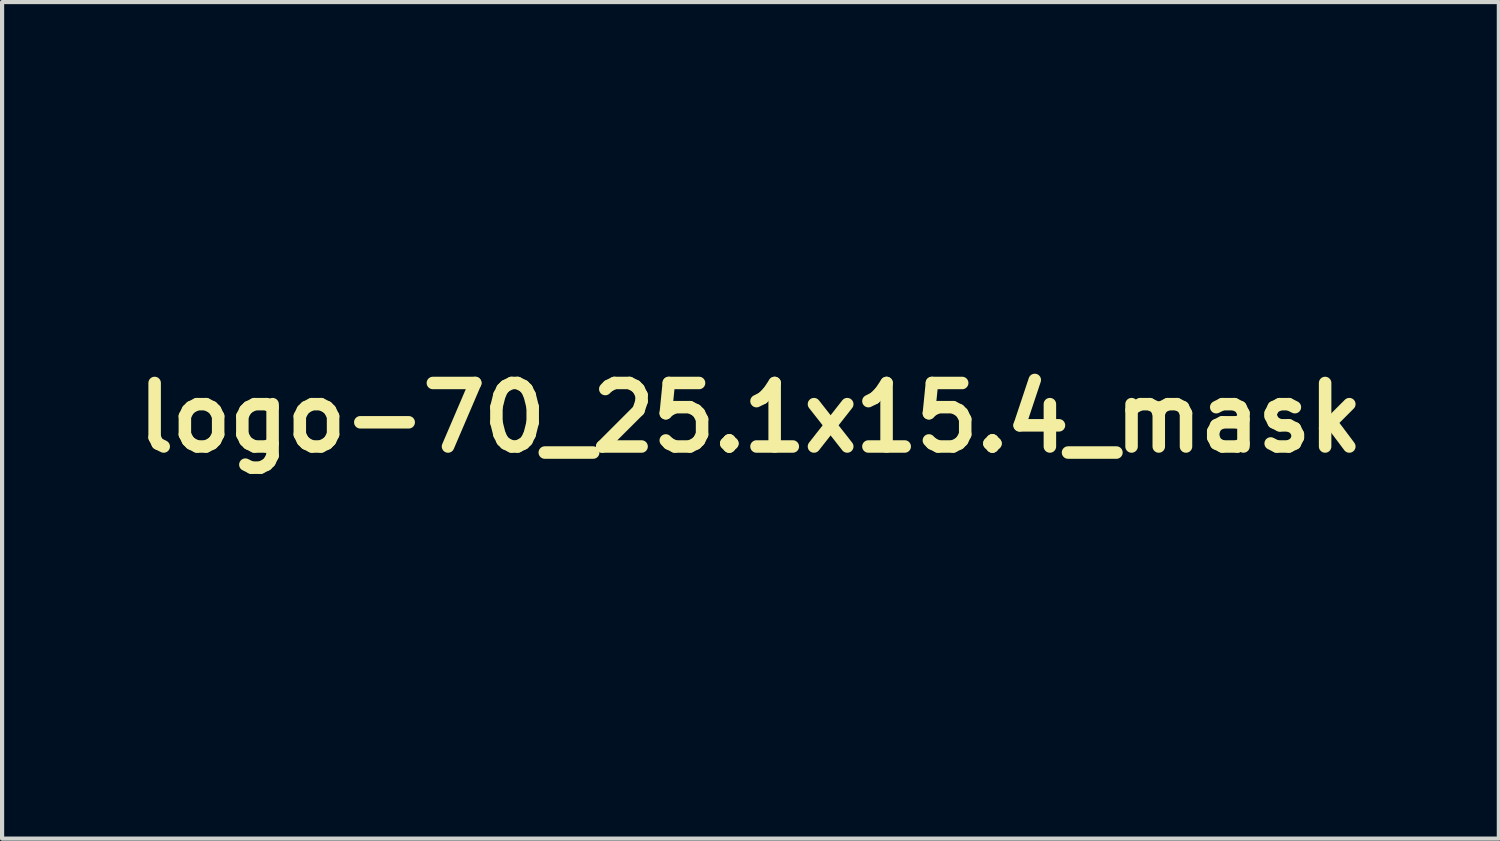
<source format=kicad_pcb>
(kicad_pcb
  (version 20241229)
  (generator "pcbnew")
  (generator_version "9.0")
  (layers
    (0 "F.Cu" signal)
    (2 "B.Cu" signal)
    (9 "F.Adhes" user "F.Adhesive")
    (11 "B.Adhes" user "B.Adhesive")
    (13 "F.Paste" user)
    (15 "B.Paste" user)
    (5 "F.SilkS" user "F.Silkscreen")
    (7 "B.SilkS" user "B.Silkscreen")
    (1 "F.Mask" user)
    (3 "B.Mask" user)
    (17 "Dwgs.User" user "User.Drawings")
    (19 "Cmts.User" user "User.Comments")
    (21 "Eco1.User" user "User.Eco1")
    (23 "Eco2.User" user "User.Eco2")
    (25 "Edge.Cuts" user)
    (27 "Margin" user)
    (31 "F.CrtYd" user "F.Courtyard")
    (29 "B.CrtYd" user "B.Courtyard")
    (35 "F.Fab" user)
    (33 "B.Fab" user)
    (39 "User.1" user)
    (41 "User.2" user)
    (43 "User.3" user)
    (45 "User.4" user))
  (footprint "logo-70_25.1x15.4_mask"
    (layer "F.Cu")
    (at 14.957 6.974)
    (property "Reference" "logo-70_25.1x15.4_mask" (at 0 0 0) (layer "F.SilkS") (effects (font (size 1.524 1.524) (thickness 0.3))))
    (attr through_hole)
    (fp_poly (pts (xy 4.534 2.514) (xy 4.55 2.635) (xy 4.539 2.802) (xy 4.51 2.966) (xy 4.469 3.083) (xy 4.437 3.111) (xy 4.405 3.054) (xy 4.385 2.909) (xy 4.381 2.798) (xy 4.395 2.593) (xy 4.431 2.467) (xy 4.48 2.436) (xy 4.534 2.514)) (stroke (width 0.01) (type solid)) (fill yes) (layer "F.Mask"))
    (fp_poly (pts (xy 3.541 2.785) (xy 3.556 2.881) (xy 3.536 3.011) (xy 3.488 3.181) (xy 3.426 3.346) (xy 3.367 3.463) (xy 3.335 3.493) (xy 3.318 3.436) (xy 3.312 3.297) (xy 3.313 3.254) (xy 3.339 3.015) (xy 3.392 2.833) (xy 3.464 2.738) (xy 3.491 2.731) (xy 3.541 2.785)) (stroke (width 0.01) (type solid)) (fill yes) (layer "F.Mask"))
    (fp_poly (pts (xy 2.4 2.902) (xy 2.412 2.969) (xy 2.388 3.086) (xy 2.329 3.249) (xy 2.252 3.42) (xy 2.173 3.565) (xy 2.11 3.648) (xy 2.086 3.653) (xy 2.08 3.575) (xy 2.103 3.421) (xy 2.145 3.233) (xy 2.197 3.055) (xy 2.248 2.931) (xy 2.251 2.927) (xy 2.334 2.86) (xy 2.4 2.902)) (stroke (width 0.01) (type solid)) (fill yes) (layer "F.Mask"))
    (fp_poly (pts (xy -0.225 2.557) (xy -0.239 2.628) (xy -0.298 2.737) (xy -0.397 2.871) (xy -0.541 3.025) (xy -0.703 3.175) (xy -0.857 3.3) (xy -0.978 3.375) (xy -1.038 3.381) (xy -1.024 3.296) (xy -0.937 3.155) (xy -0.802 2.985) (xy -0.643 2.812) (xy -0.483 2.663) (xy -0.348 2.564) (xy -0.278 2.54) (xy -0.225 2.557)) (stroke (width 0.01) (type solid)) (fill yes) (layer "F.Mask"))
    (fp_poly (pts (xy 1.137 2.864) (xy 1.143 2.886) (xy 1.112 3) (xy 1.031 3.156) (xy 0.922 3.328) (xy 0.805 3.485) (xy 0.7 3.599) (xy 0.627 3.642) (xy 0.612 3.633) (xy 0.619 3.548) (xy 0.678 3.39) (xy 0.773 3.197) (xy 0.886 3.004) (xy 0.889 3) (xy 0.979 2.906) (xy 1.076 2.854) (xy 1.137 2.864)) (stroke (width 0.01) (type solid)) (fill yes) (layer "F.Mask"))
    (fp_poly (pts (xy -1.716 2.009) (xy -1.761 2.095) (xy -1.866 2.226) (xy -1.997 2.362) (xy -2.118 2.466) (xy -2.182 2.5) (xy -2.28 2.542) (xy -2.426 2.632) (xy -2.457 2.653) (xy -2.62 2.76) (xy -2.705 2.79) (xy -2.73 2.748) (xy -2.731 2.745) (xy -2.687 2.675) (xy -2.575 2.55) (xy -2.424 2.399) (xy -2.262 2.249) (xy -2.119 2.127) (xy -2.024 2.061) (xy -2.011 2.057) (xy -1.89 2.023) (xy -1.826 2) (xy -1.736 1.986) (xy -1.716 2.009)) (stroke (width 0.01) (type solid)) (fill yes) (layer "F.Mask"))
    (fp_poly (pts (xy -6.35 -1.989) (xy -6.295 -1.956) (xy -6.16 -1.953) (xy -6.135 -1.956) (xy -5.952 -1.956) (xy -5.883 -1.913) (xy -5.929 -1.848) (xy -6.095 -1.781) (xy -6.11 -1.777) (xy -6.31 -1.724) (xy -6.475 -1.677) (xy -6.509 -1.667) (xy -6.633 -1.645) (xy -6.824 -1.631) (xy -7.05 -1.624) (xy -7.281 -1.625) (xy -7.484 -1.633) (xy -7.631 -1.647) (xy -7.688 -1.668) (xy -7.685 -1.674) (xy -7.595 -1.717) (xy -7.393 -1.782) (xy -7.093 -1.865) (xy -6.709 -1.961) (xy -6.493 -2.013) (xy -6.383 -2.018) (xy -6.35 -1.989)) (stroke (width 0.01) (type solid)) (fill yes) (layer "F.Mask"))
    (fp_poly (pts (xy -3.209 1.055) (xy -3.175 1.082) (xy -3.223 1.153) (xy -3.34 1.247) (xy -3.349 1.253) (xy -3.512 1.371) (xy -3.637 1.479) (xy -3.742 1.552) (xy -3.807 1.558) (xy -3.892 1.561) (xy -4.05 1.608) (xy -4.159 1.651) (xy -4.364 1.736) (xy -4.471 1.77) (xy -4.494 1.754) (xy -4.45 1.689) (xy -4.442 1.679) (xy -4.341 1.591) (xy -4.174 1.478) (xy -4.069 1.415) (xy -3.891 1.307) (xy -3.756 1.212) (xy -3.715 1.175) (xy -3.623 1.12) (xy -3.478 1.077) (xy -3.325 1.052) (xy -3.209 1.055)) (stroke (width 0.01) (type solid)) (fill yes) (layer "F.Mask"))
    (fp_poly (pts (xy -4.662 -0.241) (xy -4.559 -0.23) (xy -4.546 -0.203) (xy -4.6 -0.155) (xy -4.726 -0.083) (xy -4.798 -0.064) (xy -4.898 -0.027) (xy -5.024 0.054) (xy -5.176 0.129) (xy -5.395 0.188) (xy -5.524 0.208) (xy -5.738 0.235) (xy -5.909 0.265) (xy -5.972 0.282) (xy -6.082 0.293) (xy -6.116 0.276) (xy -6.089 0.23) (xy -5.98 0.154) (xy -5.827 0.068) (xy -5.665 -0.008) (xy -5.53 -0.056) (xy -5.485 -0.063) (xy -5.386 -0.107) (xy -5.341 -0.15) (xy -5.227 -0.205) (xy -5.005 -0.236) (xy -4.873 -0.241) (xy -4.662 -0.241)) (stroke (width 0.01) (type solid)) (fill yes) (layer "F.Mask"))
    (fp_poly (pts (xy -7.595 -4.207) (xy -7.527 -4.175) (xy -7.525 -4.172) (xy -7.421 -4.099) (xy -7.382 -4.089) (xy -7.253 -4.079) (xy -7.176 -4.074) (xy -7.072 -4.041) (xy -7.048 -4.006) (xy -7.108 -3.95) (xy -7.273 -3.902) (xy -7.521 -3.867) (xy -7.604 -3.86) (xy -7.745 -3.837) (xy -7.81 -3.8) (xy -7.811 -3.796) (xy -7.857 -3.75) (xy -7.971 -3.767) (xy -8.098 -3.833) (xy -8.224 -3.884) (xy -8.43 -3.933) (xy -8.659 -3.966) (xy -8.877 -3.997) (xy -9.01 -4.033) (xy -9.038 -4.068) (xy -9.038 -4.069) (xy -8.955 -4.097) (xy -8.774 -4.13) (xy -8.523 -4.163) (xy -8.285 -4.187) (xy -7.954 -4.212) (xy -7.731 -4.219) (xy -7.595 -4.207)) (stroke (width 0.01) (type solid)) (fill yes) (layer "F.Mask"))
    (fp_poly (pts (xy -9.748 -6.967) (xy -9.493 -6.95) (xy -9.19 -6.927) (xy -8.905 -6.905) (xy -8.681 -6.888) (xy -8.604 -6.883) (xy -8.431 -6.872) (xy -8.317 -6.863) (xy -8.303 -6.862) (xy -8.26 -6.806) (xy -8.255 -6.765) (xy -8.2 -6.686) (xy -8.065 -6.622) (xy -8.053 -6.619) (xy -7.907 -6.564) (xy -7.83 -6.502) (xy -7.828 -6.499) (xy -7.877 -6.473) (xy -8.021 -6.454) (xy -8.229 -6.441) (xy -8.47 -6.435) (xy -8.711 -6.439) (xy -8.922 -6.451) (xy -9.033 -6.466) (xy -9.127 -6.523) (xy -9.144 -6.57) (xy -9.203 -6.63) (xy -9.364 -6.702) (xy -9.573 -6.766) (xy -9.858 -6.847) (xy -10.018 -6.908) (xy -10.053 -6.949) (xy -9.963 -6.969) (xy -9.748 -6.967)) (stroke (width 0.01) (type solid)) (fill yes) (layer "F.Mask"))
    (fp_poly (pts (xy 4.951 0.382) (xy 4.978 0.466) (xy 4.974 0.482) (xy 4.976 0.545) (xy 5.041 0.534) (xy 5.114 0.533) (xy 5.142 0.624) (xy 5.144 0.685) (xy 5.118 0.83) (xy 5.058 0.908) (xy 4.976 0.984) (xy 4.877 1.131) (xy 4.786 1.305) (xy 4.726 1.46) (xy 4.718 1.549) (xy 4.715 1.644) (xy 4.672 1.784) (xy 4.609 1.927) (xy 4.544 2.032) (xy 4.494 2.06) (xy 4.492 2.058) (xy 4.45 1.942) (xy 4.448 1.748) (xy 4.483 1.517) (xy 4.55 1.291) (xy 4.574 1.234) (xy 4.658 1.006) (xy 4.715 0.773) (xy 4.723 0.707) (xy 4.747 0.53) (xy 4.78 0.406) (xy 4.787 0.393) (xy 4.867 0.347) (xy 4.951 0.382)) (stroke (width 0.01) (type solid)) (fill yes) (layer "F.Mask"))
    (fp_poly (pts (xy 4.369 0.626) (xy 4.387 0.746) (xy 4.399 0.846) (xy 4.423 0.843) (xy 4.424 0.841) (xy 4.484 0.763) (xy 4.541 0.794) (xy 4.571 0.919) (xy 4.572 0.953) (xy 4.545 1.101) (xy 4.482 1.143) (xy 4.395 1.19) (xy 4.272 1.308) (xy 4.143 1.458) (xy 4.043 1.603) (xy 4.001 1.706) (xy 4 1.708) (xy 3.954 1.775) (xy 3.933 1.778) (xy 3.895 1.817) (xy 3.905 1.841) (xy 3.898 1.929) (xy 3.837 2.079) (xy 3.789 2.165) (xy 3.682 2.317) (xy 3.608 2.365) (xy 3.589 2.351) (xy 3.564 2.203) (xy 3.61 1.978) (xy 3.721 1.699) (xy 3.879 1.405) (xy 4 1.187) (xy 4.088 0.995) (xy 4.111 0.921) (xy 4.255 0.921) (xy 4.286 0.953) (xy 4.318 0.921) (xy 4.286 0.889) (xy 4.255 0.921) (xy 4.111 0.921) (xy 4.127 0.867) (xy 4.128 0.858) (xy 4.166 0.709) (xy 4.257 0.598) (xy 4.331 0.572) (xy 4.369 0.626)) (stroke (width 0.01) (type solid)) (fill yes) (layer "F.Mask"))
    (fp_poly (pts (xy 3.137 0.655) (xy 3.137 0.707) (xy 3.059 0.813) (xy 2.985 0.889) (xy 2.762 1.1) (xy 2.964 1.06) (xy 3.101 1.04) (xy 3.139 1.074) (xy 3.107 1.191) (xy 3.101 1.209) (xy 3.034 1.343) (xy 2.964 1.404) (xy 2.962 1.404) (xy 2.827 1.424) (xy 2.71 1.463) (xy 2.549 1.543) (xy 2.54 1.548) (xy 2.346 1.669) (xy 2.166 1.811) (xy 2.029 1.948) (xy 1.968 2.052) (xy 1.967 2.06) (xy 1.919 2.127) (xy 1.804 2.233) (xy 1.659 2.346) (xy 1.523 2.438) (xy 1.436 2.476) (xy 1.434 2.477) (xy 1.403 2.424) (xy 1.397 2.367) (xy 1.43 2.261) (xy 1.513 2.103) (xy 1.622 1.927) (xy 1.735 1.771) (xy 1.827 1.67) (xy 1.863 1.651) (xy 1.951 1.609) (xy 2.096 1.499) (xy 2.268 1.349) (xy 2.44 1.185) (xy 2.582 1.033) (xy 2.666 0.921) (xy 2.673 0.906) (xy 2.77 0.781) (xy 2.927 0.684) (xy 3.086 0.647) (xy 3.137 0.655)) (stroke (width 0.01) (type solid)) (fill yes) (layer "F.Mask"))
    (fp_poly (pts (xy 3.781 0.659) (xy 3.849 0.699) (xy 3.82 0.76) (xy 3.783 0.798) (xy 3.702 0.921) (xy 3.683 0.997) (xy 3.7 1.06) (xy 3.769 1.024) (xy 3.78 1.015) (xy 3.874 0.964) (xy 3.913 0.97) (xy 3.918 1.052) (xy 3.864 1.175) (xy 3.782 1.29) (xy 3.701 1.347) (xy 3.685 1.346) (xy 3.61 1.381) (xy 3.482 1.483) (xy 3.329 1.626) (xy 3.18 1.78) (xy 3.062 1.918) (xy 3.005 2.011) (xy 3.004 2.027) (xy 2.974 2.095) (xy 2.884 2.224) (xy 2.812 2.315) (xy 2.689 2.456) (xy 2.617 2.505) (xy 2.575 2.474) (xy 2.566 2.453) (xy 2.566 2.297) (xy 2.646 2.082) (xy 2.792 1.832) (xy 2.992 1.574) (xy 3.065 1.494) (xy 3.226 1.306) (xy 3.349 1.127) (xy 3.356 1.111) (xy 3.493 1.111) (xy 3.524 1.143) (xy 3.556 1.111) (xy 3.524 1.079) (xy 3.493 1.111) (xy 3.356 1.111) (xy 3.406 1.003) (xy 3.482 0.824) (xy 3.604 0.696) (xy 3.738 0.65) (xy 3.781 0.659)) (stroke (width 0.01) (type solid)) (fill yes) (layer "F.Mask"))
    (fp_poly (pts (xy 2.275 0.543) (xy 2.274 0.63) (xy 2.192 0.742) (xy 2.083 0.824) (xy 1.96 0.909) (xy 1.941 0.961) (xy 1.983 0.986) (xy 2.118 0.99) (xy 2.213 0.957) (xy 2.338 0.899) (xy 2.374 0.919) (xy 2.333 1.029) (xy 2.306 1.084) (xy 2.189 1.243) (xy 2.045 1.339) (xy 1.912 1.351) (xy 1.871 1.33) (xy 1.787 1.332) (xy 1.627 1.383) (xy 1.425 1.469) (xy 1.214 1.572) (xy 1.027 1.678) (xy 0.897 1.769) (xy 0.857 1.823) (xy 0.806 1.884) (xy 0.677 1.976) (xy 0.51 2.077) (xy 0.341 2.165) (xy 0.21 2.216) (xy 0.175 2.222) (xy 0.134 2.17) (xy 0.127 2.109) (xy 0.18 1.98) (xy 0.323 1.811) (xy 0.395 1.746) (xy 0.572 1.746) (xy 0.603 1.778) (xy 0.635 1.746) (xy 0.603 1.714) (xy 0.572 1.746) (xy 0.395 1.746) (xy 0.535 1.621) (xy 0.793 1.43) (xy 1.075 1.256) (xy 1.227 1.177) (xy 1.537 1.01) (xy 1.724 0.869) (xy 1.779 0.79) (xy 1.904 0.621) (xy 2.094 0.52) (xy 2.187 0.508) (xy 2.275 0.543)) (stroke (width 0.01) (type solid)) (fill yes) (layer "F.Mask"))
    (fp_poly (pts (xy 1.463 0.233) (xy 1.479 0.297) (xy 1.404 0.388) (xy 1.3 0.476) (xy 1.245 0.508) (xy 1.171 0.529) (xy 1.036 0.579) (xy 0.857 0.651) (xy 1.038 0.703) (xy 1.226 0.722) (xy 1.371 0.696) (xy 1.493 0.673) (xy 1.519 0.723) (xy 1.448 0.835) (xy 1.399 0.887) (xy 1.264 0.986) (xy 1.109 1.052) (xy 0.976 1.072) (xy 0.906 1.035) (xy 0.906 1.035) (xy 0.835 1.006) (xy 0.679 1.018) (xy 0.468 1.06) (xy 0.234 1.124) (xy 0.008 1.201) (xy -0.178 1.283) (xy -0.293 1.359) (xy -0.309 1.38) (xy -0.397 1.451) (xy -0.567 1.534) (xy -0.738 1.596) (xy -0.98 1.669) (xy -1.123 1.703) (xy -1.188 1.699) (xy -1.195 1.656) (xy -1.182 1.614) (xy -1.148 1.502) (xy -1.143 1.469) (xy -1.094 1.405) (xy -0.972 1.299) (xy -0.891 1.238) (xy -0.635 1.238) (xy -0.603 1.27) (xy -0.572 1.238) (xy -0.603 1.206) (xy -0.635 1.238) (xy -0.891 1.238) (xy -0.809 1.176) (xy -0.64 1.061) (xy -0.499 0.979) (xy -0.427 0.953) (xy -0.283 0.926) (xy -0.064 0.855) (xy 0.195 0.755) (xy 0.457 0.643) (xy 0.685 0.532) (xy 0.843 0.438) (xy 0.878 0.409) (xy 1.013 0.3) (xy 1.13 0.245) (xy 1.136 0.244) (xy 1.29 0.229) (xy 1.333 0.224) (xy 1.463 0.233)) (stroke (width 0.01) (type solid)) (fill yes) (layer "F.Mask"))
    (fp_poly (pts (xy 0.483 -0.241) (xy 0.498 -0.235) (xy 0.617 -0.173) (xy 0.63 -0.116) (xy 0.598 -0.079) (xy 0.427 0.01) (xy 0.161 0.056) (xy 0.103 0.059) (xy 0.02 0.083) (xy 0.031 0.134) (xy 0.113 0.192) (xy 0.239 0.24) (xy 0.373 0.259) (xy 0.501 0.269) (xy 0.535 0.289) (xy 0.524 0.296) (xy 0.45 0.38) (xy 0.445 0.414) (xy 0.389 0.501) (xy 0.22 0.566) (xy -0.008 0.606) (xy -0.141 0.61) (xy -0.175 0.568) (xy -0.166 0.537) (xy -0.165 0.486) (xy -0.229 0.464) (xy -0.38 0.465) (xy -0.526 0.476) (xy -0.92 0.511) (xy -1.204 0.54) (xy -1.396 0.568) (xy -1.512 0.596) (xy -1.571 0.627) (xy -1.587 0.667) (xy -1.587 0.67) (xy -1.606 0.726) (xy -1.677 0.768) (xy -1.821 0.804) (xy -2.061 0.838) (xy -2.211 0.856) (xy -2.406 0.875) (xy -2.504 0.867) (xy -2.534 0.824) (xy -2.529 0.749) (xy -2.455 0.623) (xy -2.291 0.493) (xy -1.877 0.493) (xy -1.815 0.503) (xy -1.733 0.491) (xy -1.732 0.47) (xy -1.817 0.454) (xy -1.853 0.465) (xy -1.877 0.493) (xy -2.291 0.493) (xy -2.285 0.488) (xy -2.05 0.359) (xy -1.776 0.25) (xy -1.495 0.176) (xy -1.356 0.156) (xy -1.13 0.134) (xy -0.94 0.113) (xy -0.857 0.102) (xy -0.747 0.085) (xy -0.169 0.085) (xy -0.161 0.122) (xy -0.127 0.127) (xy -0.075 0.104) (xy -0.085 0.085) (xy -0.16 0.077) (xy -0.169 0.085) (xy -0.747 0.085) (xy -0.532 0.05) (xy -0.312 0.009) (xy -0.175 -0.027) (xy -0.102 -0.063) (xy -0.078 -0.088) (xy 0.067 -0.212) (xy 0.273 -0.268) (xy 0.483 -0.241)) (stroke (width 0.01) (type solid)) (fill yes) (layer "F.Mask"))
    (fp_poly (pts (xy -0.552 -0.995) (xy -0.385 -0.95) (xy -0.226 -0.891) (xy -0.113 -0.831) (xy -0.083 -0.785) (xy -0.085 -0.783) (xy -0.183 -0.75) (xy -0.398 -0.725) (xy -0.72 -0.708) (xy -0.824 -0.705) (xy -1.109 -0.699) (xy -0.868 -0.535) (xy -0.706 -0.442) (xy -0.579 -0.4) (xy -0.546 -0.402) (xy -0.425 -0.399) (xy -0.375 -0.376) (xy -0.335 -0.333) (xy -0.411 -0.319) (xy -0.432 -0.318) (xy -0.531 -0.297) (xy -0.542 -0.258) (xy -0.556 -0.19) (xy -0.661 -0.134) (xy -0.825 -0.102) (xy -1.013 -0.103) (xy -1.068 -0.111) (xy -1.175 -0.161) (xy -1.185 -0.22) (xy -1.189 -0.258) (xy -1.246 -0.291) (xy -1.37 -0.32) (xy -1.574 -0.349) (xy -1.875 -0.379) (xy -2.287 -0.414) (xy -2.325 -0.418) (xy -2.568 -0.432) (xy -2.714 -0.426) (xy -2.789 -0.394) (xy -2.815 -0.354) (xy -2.862 -0.302) (xy -2.968 -0.271) (xy -3.159 -0.257) (xy -3.364 -0.254) (xy -3.618 -0.257) (xy -3.771 -0.27) (xy -3.847 -0.298) (xy -3.872 -0.348) (xy -3.873 -0.373) (xy -3.827 -0.515) (xy -3.781 -0.569) (xy -3.771 -0.574) (xy -3.145 -0.574) (xy -3.072 -0.546) (xy -2.972 -0.561) (xy -2.921 -0.609) (xy -2.921 -0.61) (xy -2.975 -0.63) (xy -3.052 -0.635) (xy -3.14 -0.612) (xy -3.145 -0.574) (xy -3.771 -0.574) (xy -3.688 -0.618) (xy -3.521 -0.679) (xy -3.312 -0.746) (xy -3.089 -0.809) (xy -2.884 -0.861) (xy -2.724 -0.892) (xy -2.642 -0.896) (xy -2.638 -0.885) (xy -2.596 -0.858) (xy -2.444 -0.838) (xy -2.2 -0.827) (xy -2.048 -0.826) (xy -1.691 -0.816) (xy -1.452 -0.789) (xy -1.337 -0.746) (xy -1.278 -0.699) (xy -1.296 -0.746) (xy -1.299 -0.751) (xy -1.304 -0.813) (xy -1.223 -0.815) (xy -1.12 -0.823) (xy -1.094 -0.855) (xy -1.03 -0.931) (xy -0.876 -0.989) (xy -0.69 -1.012) (xy -0.552 -0.995)) (stroke (width 0.01) (type solid)) (fill yes) (layer "F.Mask"))
    (fp_poly (pts (xy -3.705 -2.262) (xy -3.641 -2.243) (xy -3.642 -2.237) (xy -3.608 -2.196) (xy -3.491 -2.149) (xy -3.334 -2.108) (xy -3.182 -2.085) (xy -3.093 -2.087) (xy -3.008 -2.078) (xy -2.841 -2.043) (xy -2.671 -2.001) (xy -2.336 -1.928) (xy -2.091 -1.91) (xy -1.912 -1.946) (xy -1.851 -1.977) (xy -1.676 -2.02) (xy -1.441 -1.988) (xy -1.181 -1.888) (xy -1.079 -1.831) (xy -0.857 -1.694) (xy -1.064 -1.639) (xy -1.327 -1.621) (xy -1.62 -1.675) (xy -1.841 -1.722) (xy -1.948 -1.716) (xy -1.942 -1.658) (xy -1.822 -1.545) (xy -1.812 -1.537) (xy -1.717 -1.438) (xy -1.699 -1.366) (xy -1.701 -1.364) (xy -1.695 -1.337) (xy -1.649 -1.348) (xy -1.525 -1.348) (xy -1.364 -1.3) (xy -1.363 -1.3) (xy -1.175 -1.217) (xy -1.343 -1.212) (xy -1.481 -1.175) (xy -1.547 -1.111) (xy -1.64 -1.037) (xy -1.828 -1.031) (xy -2.032 -1.073) (xy -2.162 -1.154) (xy -2.191 -1.241) (xy -2.208 -1.297) (xy -2.27 -1.349) (xy -2.397 -1.405) (xy -2.606 -1.472) (xy -2.917 -1.56) (xy -2.996 -1.581) (xy -3.326 -1.668) (xy -3.556 -1.723) (xy -3.707 -1.749) (xy -3.803 -1.749) (xy -3.865 -1.726) (xy -3.905 -1.692) (xy -3.97 -1.633) (xy -4.039 -1.603) (xy -4.139 -1.601) (xy -4.3 -1.629) (xy -4.549 -1.687) (xy -4.616 -1.703) (xy -4.865 -1.769) (xy -5.045 -1.828) (xy -5.141 -1.875) (xy -5.137 -1.901) (xy -5.091 -1.905) (xy -5.025 -1.956) (xy -5.016 -2.002) (xy -5.005 -2.023) (xy -4.35 -2.023) (xy -4.223 -1.968) (xy -4.074 -1.922) (xy -4 -1.91) (xy -3.937 -1.916) (xy -3.984 -1.958) (xy -4 -1.968) (xy -4.145 -2.02) (xy -4.223 -2.027) (xy -4.35 -2.023) (xy -5.005 -2.023) (xy -4.964 -2.097) (xy -4.874 -2.152) (xy -4.738 -2.186) (xy -4.538 -2.217) (xy -4.304 -2.242) (xy -4.067 -2.259) (xy -3.857 -2.266) (xy -3.705 -2.262)) (stroke (width 0.01) (type solid)) (fill yes) (layer "F.Mask"))
    (fp_poly (pts (xy -5.197 -4.054) (xy -4.894 -4.03) (xy -4.673 -3.992) (xy -4.55 -3.944) (xy -4.533 -3.902) (xy -4.496 -3.835) (xy -4.34 -3.769) (xy -4.266 -3.748) (xy -4.041 -3.684) (xy -3.833 -3.614) (xy -3.778 -3.592) (xy -3.599 -3.52) (xy -3.353 -3.425) (xy -3.093 -3.328) (xy -2.869 -3.247) (xy -2.778 -3.216) (xy -2.687 -3.216) (xy -2.667 -3.249) (xy -2.61 -3.289) (xy -2.436 -3.291) (xy -2.334 -3.281) (xy -2.086 -3.232) (xy -1.921 -3.141) (xy -1.86 -3.082) (xy -1.746 -2.972) (xy -1.659 -2.921) (xy -1.654 -2.921) (xy -1.595 -2.87) (xy -1.587 -2.826) (xy -1.621 -2.739) (xy -1.709 -2.758) (xy -1.758 -2.8) (xy -1.837 -2.833) (xy -1.868 -2.802) (xy -1.954 -2.763) (xy -2.018 -2.772) (xy -2.204 -2.84) (xy -2.425 -2.932) (xy -2.619 -3.019) (xy -2.687 -3.054) (xy -2.766 -3.087) (xy -2.756 -3.035) (xy -2.739 -3.003) (xy -2.649 -2.871) (xy -2.549 -2.753) (xy -2.469 -2.646) (xy -2.459 -2.579) (xy -2.431 -2.543) (xy -2.314 -2.505) (xy -2.295 -2.5) (xy -2.143 -2.454) (xy -2.054 -2.397) (xy -2.053 -2.395) (xy -2.072 -2.357) (xy -2.202 -2.368) (xy -2.21 -2.369) (xy -2.344 -2.385) (xy -2.381 -2.35) (xy -2.374 -2.322) (xy -2.398 -2.262) (xy -2.508 -2.24) (xy -2.668 -2.254) (xy -2.842 -2.302) (xy -2.939 -2.346) (xy -3.069 -2.455) (xy -3.089 -2.551) (xy -3.106 -2.616) (xy -3.198 -2.698) (xy -3.379 -2.805) (xy -3.643 -2.938) (xy -4.037 -3.127) (xy -4.335 -3.266) (xy -4.551 -3.358) (xy -4.701 -3.409) (xy -4.804 -3.424) (xy -4.873 -3.407) (xy -4.927 -3.364) (xy -4.949 -3.339) (xy -5.009 -3.294) (xy -5.1 -3.298) (xy -5.254 -3.354) (xy -5.353 -3.397) (xy -5.59 -3.502) (xy -5.824 -3.603) (xy -5.924 -3.644) (xy -6.074 -3.71) (xy -6.126 -3.765) (xy -6.104 -3.826) (xy -5.388 -3.826) (xy -5.329 -3.781) (xy -5.264 -3.752) (xy -5.111 -3.698) (xy -5.032 -3.696) (xy -4.989 -3.739) (xy -5.019 -3.785) (xy -5.139 -3.824) (xy -5.16 -3.827) (xy -5.33 -3.843) (xy -5.388 -3.826) (xy -6.104 -3.826) (xy -6.097 -3.845) (xy -6.06 -3.903) (xy -5.986 -3.993) (xy -5.892 -4.042) (xy -5.737 -4.061) (xy -5.565 -4.063) (xy -5.197 -4.054)) (stroke (width 0.01) (type solid)) (fill yes) (layer "F.Mask"))
    (fp_poly (pts (xy -5.692 -6.159) (xy -5.349 -6.059) (xy -5.121 -5.979) (xy -5.001 -5.916) (xy -4.977 -5.87) (xy -4.938 -5.801) (xy -4.792 -5.681) (xy -4.546 -5.518) (xy -4.33 -5.386) (xy -4.065 -5.23) (xy -3.838 -5.099) (xy -3.671 -5.004) (xy -3.589 -4.96) (xy -3.588 -4.96) (xy -3.496 -4.909) (xy -3.356 -4.817) (xy -3.338 -4.804) (xy -3.219 -4.727) (xy -3.179 -4.725) (xy -3.193 -4.782) (xy -3.197 -4.863) (xy -3.104 -4.889) (xy -3.075 -4.889) (xy -2.956 -4.86) (xy -2.792 -4.786) (xy -2.617 -4.685) (xy -2.459 -4.579) (xy -2.353 -4.485) (xy -2.327 -4.425) (xy -2.329 -4.423) (xy -2.319 -4.359) (xy -2.251 -4.291) (xy -2.183 -4.234) (xy -2.207 -4.211) (xy -2.338 -4.209) (xy -2.362 -4.209) (xy -2.507 -4.228) (xy -2.561 -4.267) (xy -2.557 -4.278) (xy -2.569 -4.312) (xy -2.63 -4.297) (xy -2.763 -4.308) (xy -2.963 -4.41) (xy -3.017 -4.445) (xy -3.211 -4.573) (xy -3.315 -4.622) (xy -3.336 -4.59) (xy -3.283 -4.476) (xy -3.245 -4.41) (xy -3.161 -4.251) (xy -3.114 -4.135) (xy -3.111 -4.115) (xy -3.065 -4.026) (xy -3 -3.965) (xy -2.931 -3.884) (xy -2.935 -3.838) (xy -3.015 -3.833) (xy -3.07 -3.866) (xy -3.182 -3.905) (xy -3.3 -3.884) (xy -3.364 -3.816) (xy -3.365 -3.803) (xy -3.417 -3.753) (xy -3.461 -3.747) (xy -3.545 -3.773) (xy -3.556 -3.795) (xy -3.607 -3.851) (xy -3.738 -3.94) (xy -3.843 -4.001) (xy -4.008 -4.094) (xy -4.076 -4.153) (xy -4.063 -4.203) (xy -3.994 -4.26) (xy -3.934 -4.311) (xy -3.92 -4.359) (xy -3.967 -4.423) (xy -4.088 -4.519) (xy -4.298 -4.668) (xy -4.326 -4.687) (xy -4.545 -4.84) (xy -4.728 -4.971) (xy -4.847 -5.059) (xy -4.871 -5.078) (xy -4.975 -5.137) (xy -5.009 -5.144) (xy -5.087 -5.186) (xy -5.091 -5.194) (xy -5.162 -5.272) (xy -5.295 -5.36) (xy -5.447 -5.438) (xy -5.577 -5.483) (xy -5.642 -5.477) (xy -5.714 -5.411) (xy -5.823 -5.404) (xy -5.987 -5.462) (xy -6.223 -5.59) (xy -6.429 -5.717) (xy -6.942 -6.041) (xy -6.191 -6.041) (xy -5.938 -5.883) (xy -5.761 -5.789) (xy -5.661 -5.779) (xy -5.639 -5.799) (xy -5.642 -5.888) (xy -5.67 -5.913) (xy -5.782 -5.953) (xy -5.951 -5.994) (xy -5.969 -5.998) (xy -6.191 -6.041) (xy -6.942 -6.041) (xy -6.983 -6.068) (xy -6.711 -6.217) (xy -6.438 -6.366) (xy -5.692 -6.159)) (stroke (width 0.01) (type solid)) (fill yes) (layer "F.Mask"))
    (fp_poly (pts (xy 0.998 -3.171) (xy 1.433 -3.165) (xy 1.711 -3.161) (xy 2.245 -3.151) (xy 2.67 -3.14) (xy 3.005 -3.125) (xy 3.27 -3.105) (xy 3.481 -3.079) (xy 3.659 -3.046) (xy 3.775 -3.018) (xy 4.025 -2.958) (xy 4.174 -2.941) (xy 4.237 -2.967) (xy 4.24 -2.974) (xy 4.306 -2.989) (xy 4.483 -3.004) (xy 4.755 -3.016) (xy 5.105 -3.027) (xy 5.52 -3.035) (xy 5.982 -3.042) (xy 6.476 -3.047) (xy 6.986 -3.05) (xy 7.498 -3.051) (xy 7.994 -3.05) (xy 8.459 -3.047) (xy 8.879 -3.041) (xy 9.236 -3.033) (xy 9.515 -3.023) (xy 9.701 -3.011) (xy 9.778 -2.996) (xy 9.779 -2.993) (xy 9.761 -2.815) (xy 9.713 -2.559) (xy 9.644 -2.262) (xy 9.564 -1.958) (xy 9.482 -1.684) (xy 9.406 -1.474) (xy 9.361 -1.382) (xy 9.268 -1.235) (xy 9.214 -1.138) (xy 9.207 -1.122) (xy 9.266 -1.107) (xy 9.422 -1.088) (xy 9.645 -1.068) (xy 9.734 -1.061) (xy 10.32 -0.971) (xy 10.819 -0.789) (xy 11.229 -0.516) (xy 11.551 -0.152) (xy 11.718 0.144) (xy 11.839 0.441) (xy 11.923 0.74) (xy 11.973 1.071) (xy 11.993 1.462) (xy 11.988 1.944) (xy 11.984 2.064) (xy 11.926 2.812) (xy 11.807 3.486) (xy 11.615 4.131) (xy 11.34 4.789) (xy 11.292 4.889) (xy 10.931 5.51) (xy 10.5 6.039) (xy 10.006 6.468) (xy 9.458 6.79) (xy 8.865 6.999) (xy 8.771 7.021) (xy 8.212 7.095) (xy 7.661 7.085) (xy 7.389 7.046) (xy 6.997 6.92) (xy 6.617 6.714) (xy 6.302 6.456) (xy 6.269 6.421) (xy 6.017 6.095) (xy 5.831 5.74) (xy 5.702 5.326) (xy 5.621 4.844) (xy 7.124 4.844) (xy 7.138 4.958) (xy 7.195 5.141) (xy 7.261 5.298) (xy 7.395 5.541) (xy 7.547 5.699) (xy 7.662 5.771) (xy 7.994 5.881) (xy 8.362 5.894) (xy 8.718 5.811) (xy 8.8 5.776) (xy 9.134 5.552) (xy 9.455 5.215) (xy 9.751 4.78) (xy 9.937 4.426) (xy 10.038 4.19) (xy 10.144 3.912) (xy 10.247 3.615) (xy 10.338 3.326) (xy 10.409 3.072) (xy 10.454 2.876) (xy 10.463 2.765) (xy 10.457 2.753) (xy 10.395 2.774) (xy 10.243 2.855) (xy 10.016 2.986) (xy 9.73 3.156) (xy 9.401 3.356) (xy 9.046 3.575) (xy 8.679 3.805) (xy 8.317 4.034) (xy 7.976 4.253) (xy 7.672 4.451) (xy 7.42 4.62) (xy 7.236 4.749) (xy 7.137 4.827) (xy 7.124 4.844) (xy 5.621 4.844) (xy 5.619 4.827) (xy 5.601 4.653) (xy 5.556 4.169) (xy 5.079 4.889) (xy 4.222 4.889) (xy 3.909 4.887) (xy 3.647 4.881) (xy 3.46 4.872) (xy 3.37 4.86) (xy 3.365 4.857) (xy 3.4 4.796) (xy 3.494 4.65) (xy 3.636 4.435) (xy 3.815 4.171) (xy 3.943 3.984) (xy 4.182 3.635) (xy 4.436 3.263) (xy 4.48 3.199) (xy 7.176 3.199) (xy 7.221 3.203) (xy 7.36 3.145) (xy 7.594 3.023) (xy 7.927 2.835) (xy 8.36 2.58) (xy 8.826 2.301) (xy 9.298 2.014) (xy 9.672 1.784) (xy 9.958 1.603) (xy 10.169 1.464) (xy 10.315 1.357) (xy 10.408 1.276) (xy 10.457 1.212) (xy 10.476 1.159) (xy 10.477 1.141) (xy 10.436 0.938) (xy 10.33 0.697) (xy 10.186 0.469) (xy 10.031 0.303) (xy 10.02 0.295) (xy 9.833 0.207) (xy 9.581 0.15) (xy 9.505 0.141) (xy 9.1 0.169) (xy 8.717 0.317) (xy 8.359 0.581) (xy 8.032 0.954) (xy 7.741 1.432) (xy 7.489 2.009) (xy 7.281 2.68) (xy 7.274 2.708) (xy 7.222 2.929) (xy 7.186 3.11) (xy 7.176 3.199) (xy 4.48 3.199) (xy 4.679 2.907) (xy 4.883 2.607) (xy 4.928 2.54) (xy 5.12 2.259) (xy 5.311 1.98) (xy 5.476 1.741) (xy 5.561 1.619) (xy 5.687 1.428) (xy 5.747 1.288) (xy 5.756 1.152) (xy 5.742 1.048) (xy 5.712 0.856) (xy 5.694 0.704) (xy 5.693 0.683) (xy 5.638 0.589) (xy 5.579 0.572) (xy 5.49 0.626) (xy 5.424 0.792) (xy 5.38 1.076) (xy 5.364 1.29) (xy 5.346 1.477) (xy 5.32 1.608) (xy 5.305 1.637) (xy 5.242 1.648) (xy 5.194 1.559) (xy 5.169 1.398) (xy 5.175 1.193) (xy 5.177 1.175) (xy 5.204 0.917) (xy 5.226 0.624) (xy 5.232 0.514) (xy 5.877 0.514) (xy 5.879 0.56) (xy 5.89 0.764) (xy 5.897 0.905) (xy 5.912 1.032) (xy 5.932 1.079) (xy 5.979 1.031) (xy 6.063 0.909) (xy 6.098 0.855) (xy 6.183 0.698) (xy 6.2 0.581) (xy 6.157 0.441) (xy 6.151 0.426) (xy 6.098 0.276) (xy 6.08 0.18) (xy 6.081 0.175) (xy 6.048 0.129) (xy 6.03 0.127) (xy 5.955 0.184) (xy 5.899 0.326) (xy 5.877 0.514) (xy 5.232 0.514) (xy 5.233 0.492) (xy 5.253 0.244) (xy 5.286 0.104) (xy 5.33 0.079) (xy 5.372 0.151) (xy 5.426 0.221) (xy 5.5 0.184) (xy 5.564 0.154) (xy 5.587 0.224) (xy 5.588 0.282) (xy 5.606 0.393) (xy 5.647 0.415) (xy 5.693 0.324) (xy 5.692 0.177) (xy 5.665 0.095) (xy 5.779 0.095) (xy 5.81 0.127) (xy 5.842 0.095) (xy 5.81 0.064) (xy 5.779 0.095) (xy 5.665 0.095) (xy 5.646 0.036) (xy 5.643 0.032) (xy 6.226 0.032) (xy 6.249 0.208) (xy 6.292 0.328) (xy 6.347 0.415) (xy 6.394 0.404) (xy 6.461 0.315) (xy 6.52 0.209) (xy 6.517 0.112) (xy 6.448 -0.035) (xy 6.446 -0.039) (xy 6.36 -0.166) (xy 6.29 -0.219) (xy 6.277 -0.217) (xy 6.235 -0.127) (xy 6.226 0.032) (xy 5.643 0.032) (xy 5.63 0.013) (xy 5.595 -0.087) (xy 5.654 -0.139) (xy 5.779 -0.129) (xy 5.866 -0.094) (xy 5.988 -0.036) (xy 6.027 -0.05) (xy 6.009 -0.147) (xy 6.008 -0.153) (xy 5.959 -0.322) (xy 5.926 -0.418) (xy 5.915 -0.498) (xy 5.989 -0.489) (xy 5.99 -0.489) (xy 6.079 -0.487) (xy 6.096 -0.522) (xy 6.126 -0.536) (xy 6.187 -0.473) (xy 6.253 -0.396) (xy 6.267 -0.424) (xy 6.264 -0.454) (xy 6.22 -0.572) (xy 6.445 -0.572) (xy 6.487 -0.389) (xy 6.579 -0.111) (xy 6.621 -0.027) (xy 6.674 -0.019) (xy 6.754 -0.098) (xy 6.877 -0.275) (xy 6.906 -0.318) (xy 7.017 -0.498) (xy 7.091 -0.638) (xy 7.112 -0.698) (xy 7.158 -0.76) (xy 7.173 -0.762) (xy 7.247 -0.812) (xy 7.308 -0.9) (xy 7.347 -1.019) (xy 7.29 -1.104) (xy 7.267 -1.122) (xy 7.19 -1.186) (xy 7.217 -1.205) (xy 7.259 -1.206) (xy 7.351 -1.172) (xy 7.366 -1.135) (xy 7.395 -1.099) (xy 7.47 -1.156) (xy 7.574 -1.289) (xy 7.639 -1.392) (xy 7.754 -1.587) (xy 6.709 -1.587) (xy 6.862 -1.425) (xy 7.015 -1.262) (xy 6.832 -1.331) (xy 6.698 -1.373) (xy 6.628 -1.379) (xy 6.628 -1.378) (xy 6.65 -1.32) (xy 6.729 -1.192) (xy 6.811 -1.076) (xy 7.017 -0.795) (xy 6.779 -0.935) (xy 6.617 -1.012) (xy 6.546 -1.002) (xy 6.566 -0.906) (xy 6.679 -0.727) (xy 6.699 -0.699) (xy 6.811 -0.525) (xy 6.856 -0.407) (xy 6.838 -0.361) (xy 6.758 -0.402) (xy 6.668 -0.49) (xy 6.535 -0.62) (xy 6.461 -0.648) (xy 6.445 -0.572) (xy 6.22 -0.572) (xy 6.211 -0.595) (xy 6.176 -0.647) (xy 6.152 -0.73) (xy 6.223 -0.73) (xy 6.255 -0.699) (xy 6.287 -0.73) (xy 6.255 -0.762) (xy 6.223 -0.73) (xy 6.152 -0.73) (xy 6.14 -0.774) (xy 6.161 -0.828) (xy 6.222 -0.887) (xy 6.312 -0.862) (xy 6.358 -0.835) (xy 6.497 -0.749) (xy 6.357 -0.926) (xy 6.217 -1.104) (xy 6.347 -1.173) (xy 6.436 -1.233) (xy 6.421 -1.295) (xy 6.368 -1.352) (xy 6.308 -1.436) (xy 6.336 -1.461) (xy 6.392 -1.492) (xy 6.54 -1.492) (xy 6.572 -1.46) (xy 6.604 -1.492) (xy 6.572 -1.524) (xy 6.54 -1.492) (xy 6.392 -1.492) (xy 6.409 -1.502) (xy 6.413 -1.524) (xy 6.357 -1.564) (xy 6.217 -1.586) (xy 6.165 -1.587) (xy 6 -1.577) (xy 5.918 -1.526) (xy 5.876 -1.407) (xy 5.874 -1.397) (xy 5.828 -1.264) (xy 5.775 -1.207) (xy 5.773 -1.206) (xy 5.727 -1.153) (xy 5.715 -1.073) (xy 5.687 -0.975) (xy 5.62 -0.975) (xy 5.546 -0.968) (xy 5.524 -0.855) (xy 5.498 -0.732) (xy 5.438 -0.701) (xy 5.376 -0.778) (xy 5.347 -0.812) (xy 5.338 -0.762) (xy 5.299 -0.626) (xy 5.27 -0.572) (xy 5.21 -0.508) (xy 5.154 -0.559) (xy 5.146 -0.572) (xy 5.097 -0.612) (xy 5.05 -0.554) (xy 5.009 -0.451) (xy 4.956 -0.313) (xy 4.913 -0.282) (xy 4.855 -0.341) (xy 4.844 -0.355) (xy 4.772 -0.439) (xy 4.716 -0.42) (xy 4.663 -0.353) (xy 4.591 -0.231) (xy 4.57 -0.162) (xy 4.535 -0.156) (xy 4.453 -0.233) (xy 4.448 -0.239) (xy 4.328 -0.382) (xy 4.192 -0.21) (xy 4.094 -0.101) (xy 4.032 -0.09) (xy 3.997 -0.129) (xy 3.961 -0.253) (xy 3.967 -0.302) (xy 3.972 -0.374) (xy 3.901 -0.351) (xy 3.761 -0.236) (xy 3.735 -0.211) (xy 3.595 -0.099) (xy 3.513 -0.097) (xy 3.479 -0.206) (xy 3.477 -0.281) (xy 3.477 -0.441) (xy 3.207 -0.282) (xy 2.936 -0.124) (xy 2.906 -0.281) (xy 2.909 -0.43) (xy 2.915 -0.445) (xy 4.191 -0.445) (xy 4.214 -0.392) (xy 4.233 -0.402) (xy 4.241 -0.478) (xy 4.233 -0.487) (xy 4.196 -0.478) (xy 4.191 -0.445) (xy 2.915 -0.445) (xy 2.937 -0.492) (xy 3.812 -0.492) (xy 3.844 -0.481) (xy 3.916 -0.54) (xy 3.997 -0.634) (xy 4.02 -0.672) (xy 4.323 -0.672) (xy 4.335 -0.59) (xy 4.356 -0.589) (xy 4.372 -0.674) (xy 4.369 -0.683) (xy 4.636 -0.683) (xy 4.646 -0.59) (xy 4.684 -0.613) (xy 4.699 -0.635) (xy 4.738 -0.712) (xy 4.929 -0.712) (xy 4.955 -0.699) (xy 5.01 -0.75) (xy 5.016 -0.794) (xy 5.003 -0.878) (xy 4.992 -0.889) (xy 4.951 -0.839) (xy 4.93 -0.794) (xy 4.929 -0.712) (xy 4.738 -0.712) (xy 4.753 -0.741) (xy 4.762 -0.778) (xy 4.714 -0.824) (xy 4.699 -0.826) (xy 4.65 -0.772) (xy 4.636 -0.683) (xy 4.369 -0.683) (xy 4.361 -0.71) (xy 4.333 -0.734) (xy 4.323 -0.672) (xy 4.02 -0.672) (xy 4.054 -0.729) (xy 4.064 -0.769) (xy 4.027 -0.772) (xy 3.937 -0.699) (xy 3.937 -0.699) (xy 3.844 -0.579) (xy 3.812 -0.492) (xy 2.937 -0.492) (xy 2.946 -0.513) (xy 2.961 -0.557) (xy 3.302 -0.557) (xy 3.341 -0.547) (xy 3.434 -0.602) (xy 3.549 -0.697) (xy 3.651 -0.805) (xy 3.682 -0.848) (xy 3.724 -0.929) (xy 3.689 -0.924) (xy 3.674 -0.915) (xy 3.533 -0.812) (xy 3.4 -0.692) (xy 3.315 -0.591) (xy 3.302 -0.557) (xy 2.961 -0.557) (xy 2.963 -0.561) (xy 2.873 -0.551) (xy 2.68 -0.484) (xy 2.516 -0.415) (xy 2.27 -0.309) (xy 2.301 -0.456) (xy 2.349 -0.63) (xy 2.354 -0.642) (xy 2.69 -0.642) (xy 2.778 -0.671) (xy 2.947 -0.757) (xy 3.021 -0.8) (xy 3.213 -0.922) (xy 3.251 -0.953) (xy 5.207 -0.953) (xy 5.23 -0.9) (xy 5.249 -0.91) (xy 5.257 -0.986) (xy 5.249 -0.995) (xy 5.212 -0.986) (xy 5.207 -0.953) (xy 3.251 -0.953) (xy 3.324 -1.012) (xy 3.341 -1.048) (xy 5.397 -1.048) (xy 5.429 -1.016) (xy 5.461 -1.048) (xy 5.429 -1.079) (xy 5.397 -1.048) (xy 3.341 -1.048) (xy 3.347 -1.061) (xy 3.272 -1.057) (xy 3.235 -1.047) (xy 3.092 -0.988) (xy 3.021 -0.945) (xy 2.924 -0.867) (xy 2.794 -0.764) (xy 2.692 -0.672) (xy 2.69 -0.642) (xy 2.354 -0.642) (xy 2.383 -0.723) (xy 2.403 -0.798) (xy 2.359 -0.822) (xy 2.223 -0.805) (xy 2.185 -0.798) (xy 1.984 -0.76) (xy 1.813 -0.724) (xy 1.794 -0.719) (xy 1.678 -0.72) (xy 1.66 -0.801) (xy 1.74 -0.96) (xy 1.772 -1.007) (xy 2.122 -1.007) (xy 2.136 -0.966) (xy 2.257 -0.977) (xy 2.476 -1.039) (xy 2.715 -1.123) (xy 2.876 -1.194) (xy 2.972 -1.258) (xy 2.985 -1.279) (xy 2.936 -1.33) (xy 2.793 -1.304) (xy 2.572 -1.206) (xy 2.401 -1.128) (xy 2.272 -1.084) (xy 2.245 -1.079) (xy 2.142 -1.032) (xy 2.122 -1.007) (xy 1.772 -1.007) (xy 1.78 -1.019) (xy 1.91 -1.201) (xy 1.466 -1.22) (xy 1.022 -1.238) (xy 1.1 -1.399) (xy 1.492 -1.399) (xy 1.88 -1.428) (xy 2.123 -1.457) (xy 2.343 -1.501) (xy 2.451 -1.535) (xy 2.635 -1.613) (xy 2.445 -1.635) (xy 2.282 -1.626) (xy 2.057 -1.581) (xy 1.873 -1.527) (xy 1.492 -1.399) (xy 1.1 -1.399) (xy 1.122 -1.445) (xy 1.211 -1.581) (xy 1.298 -1.649) (xy 1.31 -1.651) (xy 1.389 -1.684) (xy 1.397 -1.707) (xy 1.339 -1.742) (xy 1.189 -1.779) (xy 0.998 -1.806) (xy 0.721 -1.842) (xy 0.557 -1.884) (xy 0.494 -1.944) (xy 0.516 -2.025) (xy 1.045 -2.025) (xy 1.098 -1.993) (xy 1.238 -1.968) (xy 1.435 -1.953) (xy 1.669 -1.95) (xy 1.901 -1.957) (xy 2.092 -1.974) (xy 2.205 -1.998) (xy 2.217 -2.005) (xy 2.223 -2.064) (xy 2.123 -2.107) (xy 1.936 -2.129) (xy 1.683 -2.128) (xy 1.587 -2.121) (xy 1.294 -2.091) (xy 1.112 -2.058) (xy 1.045 -2.025) (xy 0.516 -2.025) (xy 0.518 -2.033) (xy 0.605 -2.149) (xy 0.735 -2.276) (xy 0.851 -2.345) (xy 0.876 -2.349) (xy 0.946 -2.366) (xy 0.909 -2.409) (xy 0.781 -2.471) (xy 0.576 -2.542) (xy 0.501 -2.564) (xy 0.245 -2.645) (xy -0.01 -2.738) (xy -0.077 -2.766) (xy 0.692 -2.766) (xy 0.699 -2.758) (xy 0.836 -2.701) (xy 0.921 -2.663) (xy 1.037 -2.629) (xy 1.223 -2.591) (xy 1.442 -2.556) (xy 1.654 -2.529) (xy 1.82 -2.516) (xy 1.901 -2.522) (xy 1.901 -2.522) (xy 1.885 -2.576) (xy 1.829 -2.643) (xy 1.723 -2.701) (xy 1.529 -2.741) (xy 1.229 -2.766) (xy 1.166 -2.769) (xy 0.93 -2.776) (xy 0.765 -2.775) (xy 0.692 -2.766) (xy -0.077 -2.766) (xy -0.122 -2.785) (xy -0.389 -2.904) (xy -0.312 -2.949) (xy 1.947 -2.949) (xy 2.031 -2.921) (xy 2.206 -2.868) (xy 2.44 -2.801) (xy 2.701 -2.727) (xy 2.958 -2.655) (xy 3.179 -2.596) (xy 3.332 -2.556) (xy 3.38 -2.546) (xy 3.46 -2.572) (xy 3.597 -2.644) (xy 3.627 -2.662) (xy 3.828 -2.784) (xy 3.574 -2.853) (xy 3.441 -2.877) (xy 3.238 -2.901) (xy 2.989 -2.924) (xy 2.72 -2.944) (xy 2.456 -2.959) (xy 2.223 -2.968) (xy 2.046 -2.97) (xy 1.949 -2.962) (xy 1.947 -2.949) (xy -0.312 -2.949) (xy -0.15 -3.045) (xy -0.073 -3.088) (xy 0.005 -3.121) (xy 0.101 -3.145) (xy 0.232 -3.161) (xy 0.413 -3.17) (xy 0.663 -3.173) (xy 0.998 -3.171)) (stroke (width 0.01) (type solid)) (fill yes) (layer "F.Mask")))
  (gr_rect
    (start -3 -3)
    (end 32.914 17.073)
    (stroke (width 0.1) (type default))
    (fill no)
    (layer "Edge.Cuts")))
</source>
